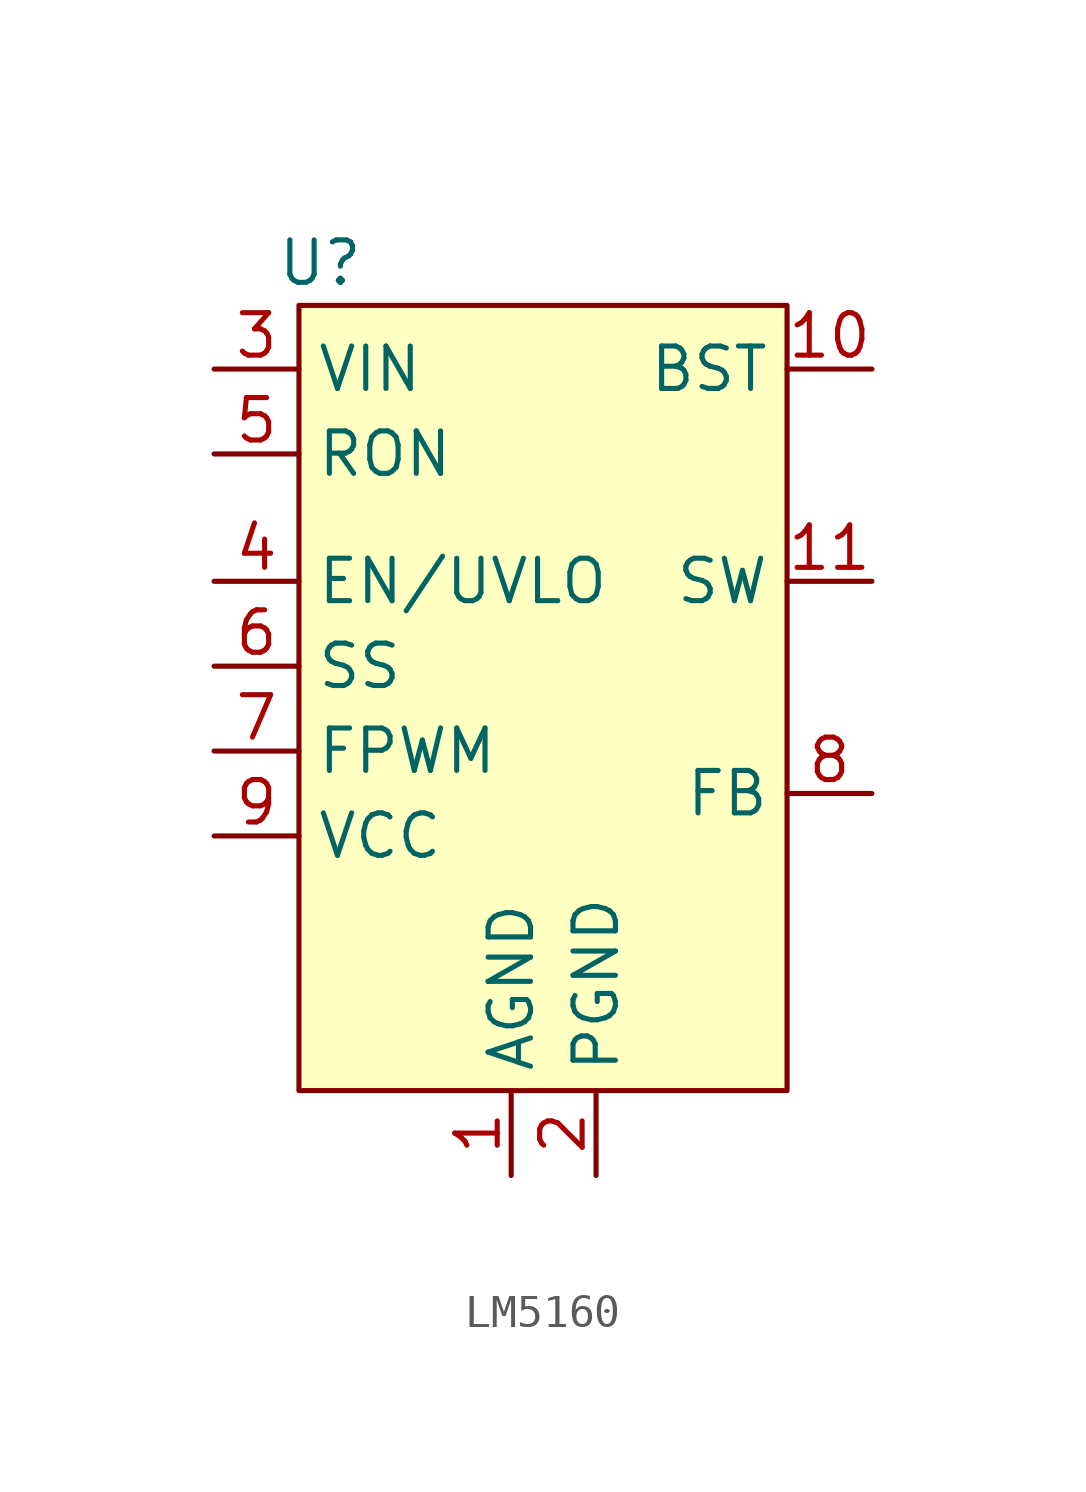
<source format=kicad_sym>
(kicad_symbol_lib
  (version 20231120)
  (generator "kicad_symbol_editor")
  (generator_version "8.0")
  (symbol "LM5160"
    (property "Reference" "U"
      (at 0.635 1.27 0)
      (effects (font (size 1.27 1.27))))
    (symbol "LM5160_1_1"
      (rectangle (start 0 0) (end 14.605 -23.495) (stroke (width 0) (type default)) (fill (type background)))
      (pin passive line (at 6.35 -26.035 90) (length 2.54) (name "AGND" (effects (font (size 1.27 1.27)))) (number "1" (effects (font (size 1.27 1.27)))))
      (pin power_out line (at 17.145 -1.905 180) (length 2.54) (name "BST" (effects (font (size 1.27 1.27)))) (number "10" (effects (font (size 1.27 1.27)))))
      (pin power_out line (at 17.145 -8.255 180) (length 2.54) (name "SW" (effects (font (size 1.27 1.27)))) (number "11" (effects (font (size 1.27 1.27)))))
      (pin power_out line (at 17.145 -8.255 180) (length 2.54) hide (name "SW" (effects (font (size 1.27 1.27)))) (number "12" (effects (font (size 1.27 1.27)))))
      (pin passive line (at 8.89 -26.035 90) (length 2.54) hide (name "EP" (effects (font (size 1.27 1.27)))) (number "13" (effects (font (size 1.27 1.27)))))
      (pin passive line (at 8.89 -26.035 90) (length 2.54) (name "PGND" (effects (font (size 1.27 1.27)))) (number "2" (effects (font (size 1.27 1.27)))))
      (pin power_in line (at -2.54 -1.905 0) (length 2.54) (name "VIN" (effects (font (size 1.27 1.27)))) (number "3" (effects (font (size 1.27 1.27)))))
      (pin input line (at -2.54 -8.255 0) (length 2.54) (name "EN/UVLO" (effects (font (size 1.27 1.27)))) (number "4" (effects (font (size 1.27 1.27)))))
      (pin input line (at -2.54 -4.445 0) (length 2.54) (name "RON" (effects (font (size 1.27 1.27)))) (number "5" (effects (font (size 1.27 1.27)))))
      (pin input line (at -2.54 -10.795 0) (length 2.54) (name "SS" (effects (font (size 1.27 1.27)))) (number "6" (effects (font (size 1.27 1.27)))))
      (pin input line (at -2.54 -13.335 0) (length 2.54) (name "FPWM" (effects (font (size 1.27 1.27)))) (number "7" (effects (font (size 1.27 1.27)))))
      (pin input line (at 17.145 -14.605 180) (length 2.54) (name "FB" (effects (font (size 1.27 1.27)))) (number "8" (effects (font (size 1.27 1.27)))))
      (pin power_in line (at -2.54 -15.875 0) (length 2.54) (name "VCC" (effects (font (size 1.27 1.27)))) (number "9" (effects (font (size 1.27 1.27))))))))
</source>
